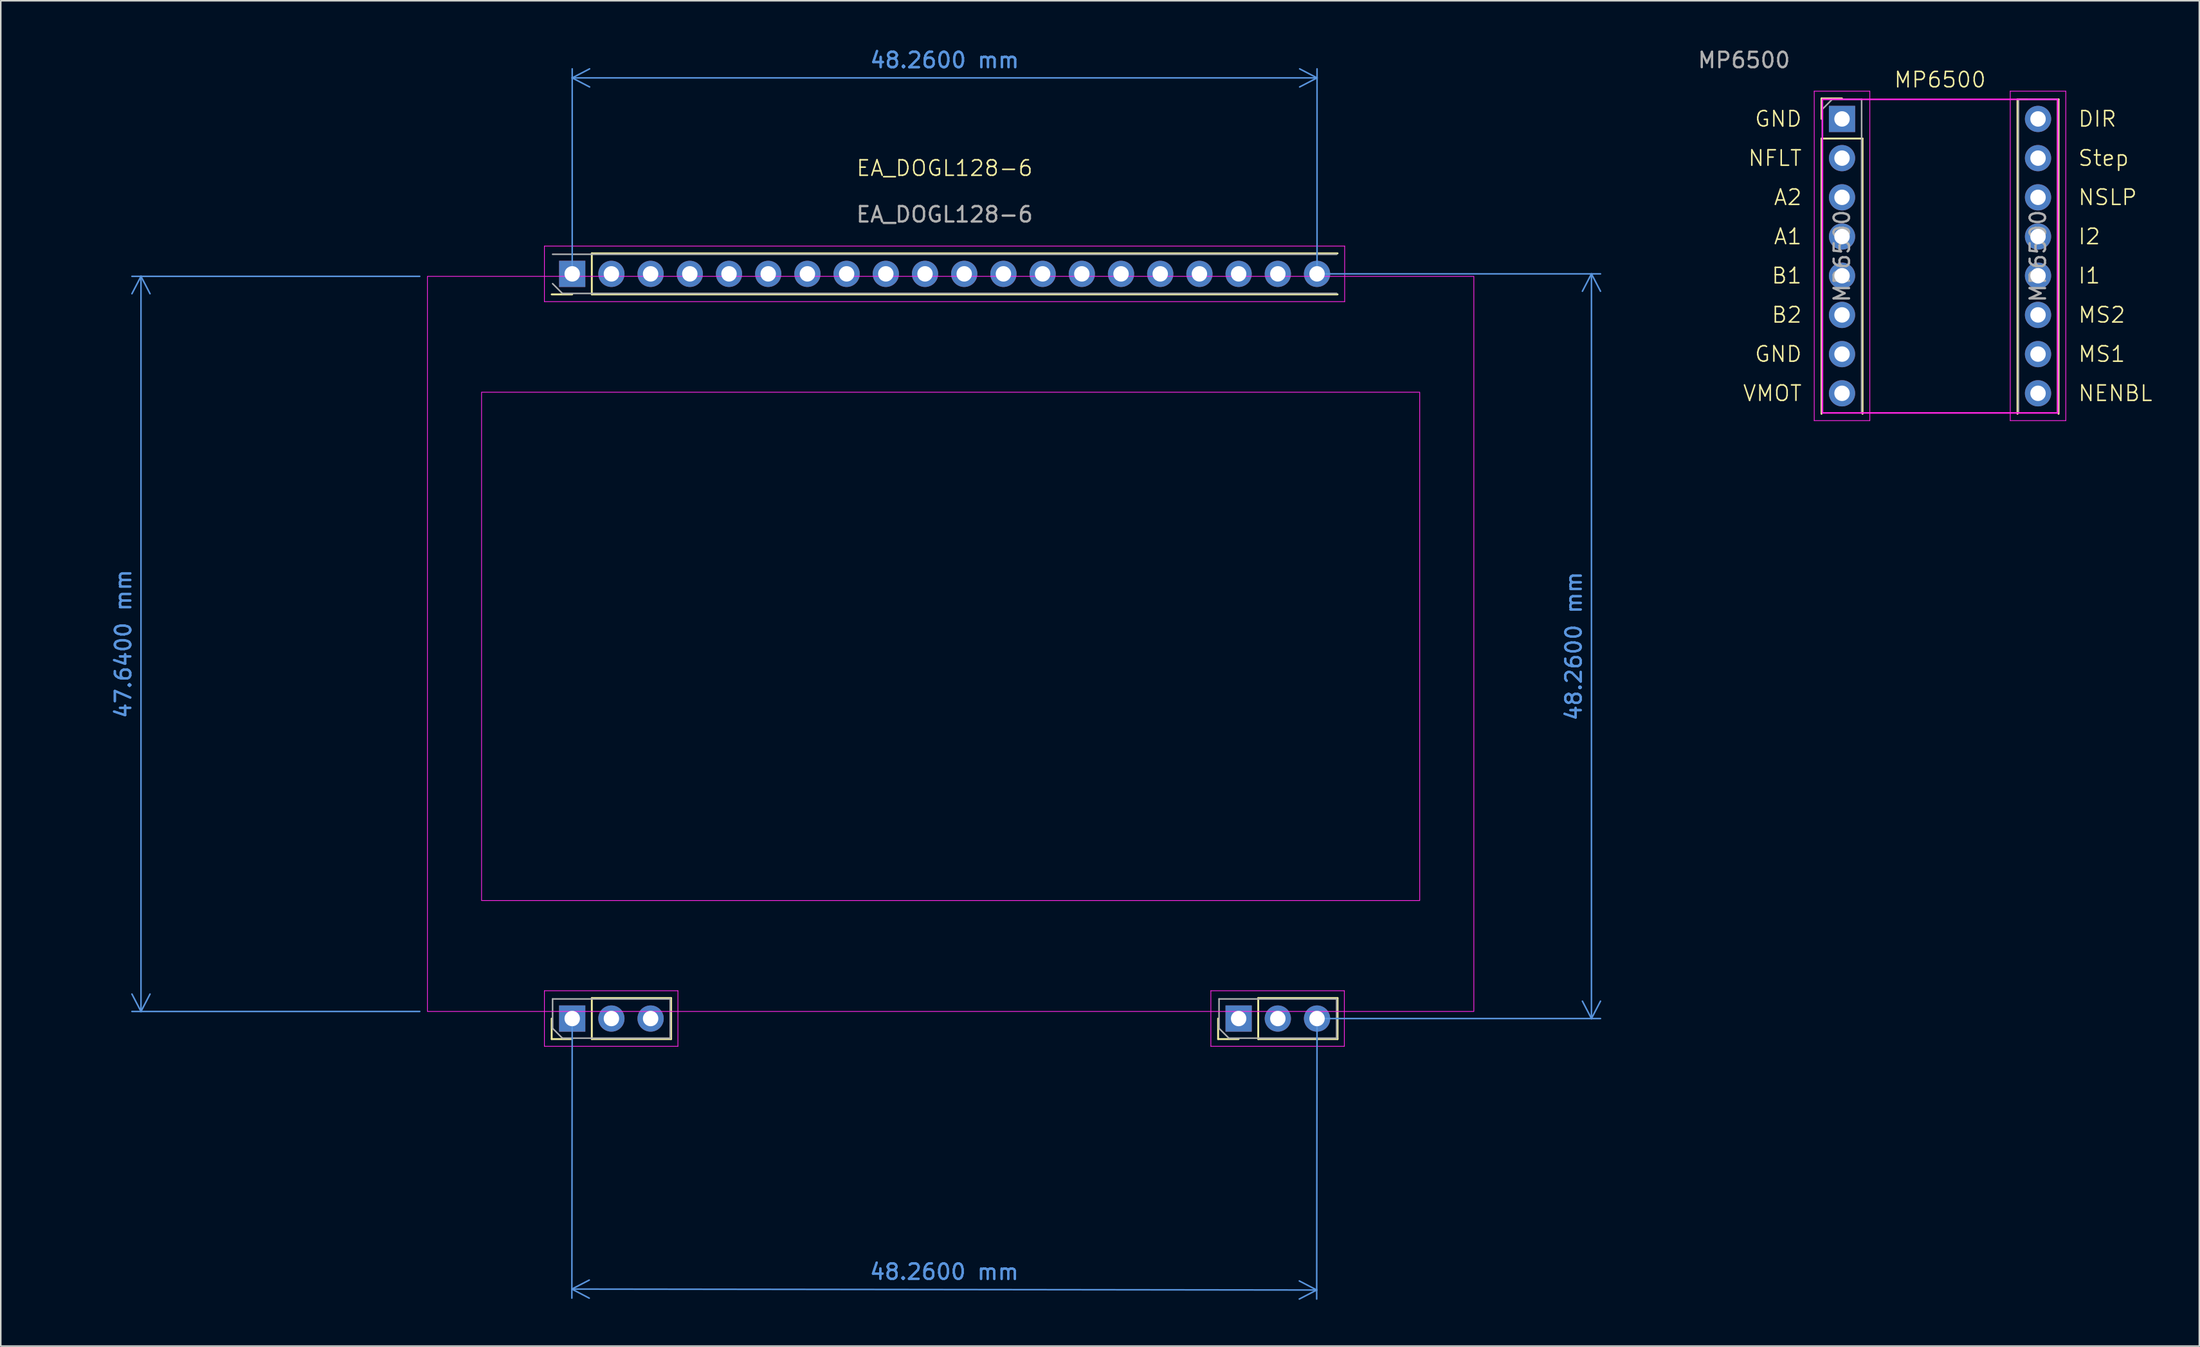
<source format=kicad_pcb>
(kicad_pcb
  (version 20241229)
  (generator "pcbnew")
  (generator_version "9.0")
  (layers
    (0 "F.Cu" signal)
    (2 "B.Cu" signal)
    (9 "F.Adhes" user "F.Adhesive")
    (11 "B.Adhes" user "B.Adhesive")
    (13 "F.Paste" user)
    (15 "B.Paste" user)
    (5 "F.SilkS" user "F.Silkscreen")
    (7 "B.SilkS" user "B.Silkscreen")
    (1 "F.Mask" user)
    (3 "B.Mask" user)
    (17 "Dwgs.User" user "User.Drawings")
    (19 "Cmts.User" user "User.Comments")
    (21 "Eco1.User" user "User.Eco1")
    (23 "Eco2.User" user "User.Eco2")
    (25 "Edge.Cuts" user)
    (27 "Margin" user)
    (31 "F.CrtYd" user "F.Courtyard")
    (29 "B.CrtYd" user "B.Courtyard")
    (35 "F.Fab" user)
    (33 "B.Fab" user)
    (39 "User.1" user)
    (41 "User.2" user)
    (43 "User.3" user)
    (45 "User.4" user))
  (footprint "MP6500"
    (layer "F.Cu")
    (at 115.03 3.388)
    (property "Reference" "MP6500" (at 7.62 -1.27 0) (unlocked yes) (layer "F.SilkS") (effects (font (size 1 1) (thickness 0.1))))
    (attr through_hole)
    (fp_line (start -0.06 -0.06) (end 1.27 -0.06) (stroke (width 0.12) (type solid)) (layer "F.SilkS"))
    (fp_line (start -0.06 1.27) (end -0.06 -0.06) (stroke (width 0.12) (type solid)) (layer "F.SilkS"))
    (fp_line (start -0.06 2.54) (end -0.06 20.38) (stroke (width 0.12) (type solid)) (layer "F.SilkS"))
    (fp_line (start -0.06 2.54) (end 2.6 2.54) (stroke (width 0.12) (type solid)) (layer "F.SilkS"))
    (fp_line (start 2.6 2.54) (end 2.6 20.38) (stroke (width 0.12) (type solid)) (layer "F.SilkS"))
    (fp_line (start 12.64 0) (end 12.64 20.38) (stroke (width 0.12) (type solid)) (layer "F.SilkS"))
    (fp_line (start 12.64 0) (end 15.3 0) (stroke (width 0.12) (type solid)) (layer "F.SilkS"))
    (fp_line (start 15.3 0) (end 15.3 20.38) (stroke (width 0.12) (type solid)) (layer "F.SilkS"))
    (fp_line (start -0.53 -0.53) (end -0.53 20.82) (stroke (width 0.05) (type solid)) (layer "F.CrtYd"))
    (fp_line (start -0.53 20.82) (end 3.07 20.82) (stroke (width 0.05) (type solid)) (layer "F.CrtYd"))
    (fp_line (start 3.07 -0.53) (end -0.53 -0.53) (stroke (width 0.05) (type solid)) (layer "F.CrtYd"))
    (fp_line (start 3.07 20.82) (end 3.07 -0.53) (stroke (width 0.05) (type solid)) (layer "F.CrtYd"))
    (fp_line (start 12.17 -0.53) (end 12.17 20.82) (stroke (width 0.05) (type solid)) (layer "F.CrtYd"))
    (fp_line (start 12.17 20.82) (end 15.77 20.82) (stroke (width 0.05) (type solid)) (layer "F.CrtYd"))
    (fp_line (start 15.77 -0.53) (end 12.17 -0.53) (stroke (width 0.05) (type solid)) (layer "F.CrtYd"))
    (fp_line (start 15.77 20.82) (end 15.77 -0.53) (stroke (width 0.05) (type solid)) (layer "F.CrtYd"))
    (fp_rect (start 0 0) (end 15.24 20.32) (stroke (width 0.1) (type default)) (fill no) (layer "F.CrtYd"))
    (fp_line (start 0 0.635) (end 0.635 0) (stroke (width 0.1) (type solid)) (layer "F.Fab"))
    (fp_line (start 0 20.32) (end 0 0.635) (stroke (width 0.1) (type solid)) (layer "F.Fab"))
    (fp_line (start 0.635 0) (end 2.54 0) (stroke (width 0.1) (type solid)) (layer "F.Fab"))
    (fp_line (start 2.54 0) (end 2.54 20.32) (stroke (width 0.1) (type solid)) (layer "F.Fab"))
    (fp_line (start 12.7 20.32) (end 12.7 0) (stroke (width 0.1) (type solid)) (layer "F.Fab"))
    (fp_line (start 13.335 0) (end 15.24 0) (stroke (width 0.1) (type solid)) (layer "F.Fab"))
    (fp_line (start 15.24 0) (end 15.24 20.32) (stroke (width 0.1) (type solid)) (layer "F.Fab"))
    (fp_text user "GND" (at -1.27 16.51 0) (unlocked yes) (layer "F.SilkS") (effects (font (size 1 1) (thickness 0.1)) (justify right)))
    (fp_text user "B1" (at -1.27 11.43 0) (unlocked yes) (layer "F.SilkS") (effects (font (size 1 1) (thickness 0.1)) (justify right)))
    (fp_text user "I1" (at 16.51 11.43 0) (unlocked yes) (layer "F.SilkS") (effects (font (size 1 1) (thickness 0.1)) (justify left)))
    (fp_text user "VMOT" (at -1.27 19.05 0) (unlocked yes) (layer "F.SilkS") (effects (font (size 1 1) (thickness 0.1)) (justify right)))
    (fp_text user "B2" (at -1.27 13.97 0) (unlocked yes) (layer "F.SilkS") (effects (font (size 1 1) (thickness 0.1)) (justify right)))
    (fp_text user "MS1" (at 16.51 16.51 0) (unlocked yes) (layer "F.SilkS") (effects (font (size 1 1) (thickness 0.1)) (justify left)))
    (fp_text user "Step" (at 16.51 3.81 0) (unlocked yes) (layer "F.SilkS") (effects (font (size 1 1) (thickness 0.1)) (justify left)))
    (fp_text user "GND" (at -1.27 1.27 0) (unlocked yes) (layer "F.SilkS") (effects (font (size 1 1) (thickness 0.1)) (justify right)))
    (fp_text user "NENBL" (at 16.51 19.05 0) (unlocked yes) (layer "F.SilkS") (effects (font (size 1 1) (thickness 0.1)) (justify left)))
    (fp_text user "NSLP" (at 16.51 6.35 0) (unlocked yes) (layer "F.SilkS") (effects (font (size 1 1) (thickness 0.1)) (justify left)))
    (fp_text user "DIR" (at 16.51 1.27 0) (unlocked yes) (layer "F.SilkS") (effects (font (size 1 1) (thickness 0.1)) (justify left)))
    (fp_text user "I2" (at 16.51 8.89 0) (unlocked yes) (layer "F.SilkS") (effects (font (size 1 1) (thickness 0.1)) (justify left)))
    (fp_text user "NFLT" (at -1.27 3.81 0) (unlocked yes) (layer "F.SilkS") (effects (font (size 1 1) (thickness 0.1)) (justify right)))
    (fp_text user "MS2" (at 16.51 13.97 0) (unlocked yes) (layer "F.SilkS") (effects (font (size 1 1) (thickness 0.1)) (justify left)))
    (fp_text user "A2" (at -1.27 6.35 0) (unlocked yes) (layer "F.SilkS") (effects (font (size 1 1) (thickness 0.1)) (justify right)))
    (fp_text user "A1" (at -1.27 8.89 0) (unlocked yes) (layer "F.SilkS") (effects (font (size 1 1) (thickness 0.1)) (justify right)))
    (fp_text user "${REFERENCE}" (at 1.27 10.16 90) (layer "F.Fab") (effects (font (size 1 1) (thickness 0.15))))
    (fp_text user "${REFERENCE}" (at -5.08 -2.54 0) (unlocked yes) (layer "F.Fab") (effects (font (size 1 1) (thickness 0.15))))
    (fp_text user "${REFERENCE}" (at 13.97 10.16 90) (layer "F.Fab") (effects (font (size 1 1) (thickness 0.15))))
    (pad "1" thru_hole rect (at 1.27 1.27) (size 1.7 1.7) (drill 1) (layers "*.Cu" "*.Mask"))
    (pad "2" thru_hole oval (at 1.27 3.81) (size 1.7 1.7) (drill 1) (layers "*.Cu" "*.Mask"))
    (pad "3" thru_hole oval (at 1.27 6.35) (size 1.7 1.7) (drill 1) (layers "*.Cu" "*.Mask"))
    (pad "4" thru_hole oval (at 1.27 8.89) (size 1.7 1.7) (drill 1) (layers "*.Cu" "*.Mask"))
    (pad "5" thru_hole oval (at 1.27 11.43) (size 1.7 1.7) (drill 1) (layers "*.Cu" "*.Mask"))
    (pad "6" thru_hole oval (at 1.27 13.97) (size 1.7 1.7) (drill 1) (layers "*.Cu" "*.Mask"))
    (pad "7" thru_hole oval (at 1.27 16.51) (size 1.7 1.7) (drill 1) (layers "*.Cu" "*.Mask"))
    (pad "8" thru_hole oval (at 1.27 19.05) (size 1.7 1.7) (drill 1) (layers "*.Cu" "*.Mask"))
    (pad "9" thru_hole oval (at 13.97 19.05) (size 1.7 1.7) (drill 1) (layers "*.Cu" "*.Mask"))
    (pad "10" thru_hole oval (at 13.97 16.51) (size 1.7 1.7) (drill 1) (layers "*.Cu" "*.Mask"))
    (pad "11" thru_hole oval (at 13.97 13.97) (size 1.7 1.7) (drill 1) (layers "*.Cu" "*.Mask"))
    (pad "12" thru_hole oval (at 13.97 11.43) (size 1.7 1.7) (drill 1) (layers "*.Cu" "*.Mask"))
    (pad "13" thru_hole oval (at 13.97 8.89) (size 1.7 1.7) (drill 1) (layers "*.Cu" "*.Mask"))
    (pad "14" thru_hole oval (at 13.97 6.35) (size 1.7 1.7) (drill 1) (layers "*.Cu" "*.Mask"))
    (pad "15" thru_hole oval (at 13.97 3.81) (size 1.7 1.7) (drill 1) (layers "*.Cu" "*.Mask"))
    (pad "16" thru_hole oval (at 13.97 1.27) (size 1.7 1.7) (drill 1) (layers "*.Cu" "*.Mask")))
  (footprint "EA_DOGL128-6"
    (layer "F.Cu")
    (at 58.155 8.348)
    (property "Reference" "EA_DOGL128-6" (at 0 -0.5 0) (unlocked yes) (layer "F.SilkS") (effects (font (size 1 1) (thickness 0.1))))
    (attr through_hole)
    (fp_line (start -25.46 55.94) (end -25.46 54.61) (stroke (width 0.12) (type solid)) (layer "F.SilkS"))
    (fp_line (start -24.13 7.68) (end -25.46 7.68) (stroke (width 0.12) (type solid)) (layer "F.SilkS"))
    (fp_line (start -24.13 55.94) (end -25.46 55.94) (stroke (width 0.12) (type solid)) (layer "F.SilkS"))
    (fp_line (start -22.86 5.02) (end 25.46 5.02) (stroke (width 0.12) (type solid)) (layer "F.SilkS"))
    (fp_line (start -22.86 7.68) (end -22.86 5.02) (stroke (width 0.12) (type solid)) (layer "F.SilkS"))
    (fp_line (start -22.86 7.68) (end 25.46 7.68) (stroke (width 0.12) (type solid)) (layer "F.SilkS"))
    (fp_line (start -22.86 53.28) (end -17.72 53.28) (stroke (width 0.12) (type solid)) (layer "F.SilkS"))
    (fp_line (start -22.86 55.94) (end -22.86 53.28) (stroke (width 0.12) (type solid)) (layer "F.SilkS"))
    (fp_line (start -22.86 55.94) (end -17.72 55.94) (stroke (width 0.12) (type solid)) (layer "F.SilkS"))
    (fp_line (start -17.72 55.94) (end -17.72 53.28) (stroke (width 0.12) (type solid)) (layer "F.SilkS"))
    (fp_line (start 17.72 55.94) (end 17.72 54.61) (stroke (width 0.12) (type solid)) (layer "F.SilkS"))
    (fp_line (start 19.05 55.94) (end 17.72 55.94) (stroke (width 0.12) (type solid)) (layer "F.SilkS"))
    (fp_line (start 20.32 53.28) (end 25.46 53.28) (stroke (width 0.12) (type solid)) (layer "F.SilkS"))
    (fp_line (start 20.32 55.94) (end 20.32 53.28) (stroke (width 0.12) (type solid)) (layer "F.SilkS"))
    (fp_line (start 20.32 55.94) (end 25.46 55.94) (stroke (width 0.12) (type solid)) (layer "F.SilkS"))
    (fp_line (start 25.46 55.94) (end 25.46 53.28) (stroke (width 0.12) (type solid)) (layer "F.SilkS"))
    (fp_line (start -25.93 8.15) (end -25.93 4.55) (stroke (width 0.05) (type solid)) (layer "F.CrtYd"))
    (fp_line (start -25.93 8.15) (end 25.92 8.15) (stroke (width 0.05) (type solid)) (layer "F.CrtYd"))
    (fp_line (start -25.93 52.81) (end -25.93 56.41) (stroke (width 0.05) (type solid)) (layer "F.CrtYd"))
    (fp_line (start -25.93 56.41) (end -17.28 56.41) (stroke (width 0.05) (type solid)) (layer "F.CrtYd"))
    (fp_line (start -17.28 52.81) (end -25.93 52.81) (stroke (width 0.05) (type solid)) (layer "F.CrtYd"))
    (fp_line (start -17.28 56.41) (end -17.28 52.81) (stroke (width 0.05) (type solid)) (layer "F.CrtYd"))
    (fp_line (start 17.25 52.81) (end 17.25 56.41) (stroke (width 0.05) (type solid)) (layer "F.CrtYd"))
    (fp_line (start 17.25 56.41) (end 25.9 56.41) (stroke (width 0.05) (type solid)) (layer "F.CrtYd"))
    (fp_line (start 25.9 52.81) (end 17.25 52.81) (stroke (width 0.05) (type solid)) (layer "F.CrtYd"))
    (fp_line (start 25.9 56.41) (end 25.9 52.81) (stroke (width 0.05) (type solid)) (layer "F.CrtYd"))
    (fp_line (start 25.92 4.55) (end -25.93 4.55) (stroke (width 0.05) (type solid)) (layer "F.CrtYd"))
    (fp_line (start 25.92 8.15) (end 25.92 4.55) (stroke (width 0.05) (type solid)) (layer "F.CrtYd"))
    (fp_rect (start -33.51 6.51) (end 34.29 54.15) (stroke (width 0.05) (type default)) (fill no) (layer "F.CrtYd"))
    (fp_rect (start -30.003 14.018) (end 30.782 46.962) (stroke (width 0.05) (type default)) (fill no) (layer "F.CrtYd"))
    (fp_line (start -25.4 5.08) (end 25.4 5.08) (stroke (width 0.1) (type solid)) (layer "F.Fab"))
    (fp_line (start -25.4 53.34) (end -17.78 53.34) (stroke (width 0.1) (type solid)) (layer "F.Fab"))
    (fp_line (start -25.4 55.245) (end -25.4 53.34) (stroke (width 0.1) (type solid)) (layer "F.Fab"))
    (fp_line (start -24.765 7.62) (end -25.4 6.985) (stroke (width 0.1) (type solid)) (layer "F.Fab"))
    (fp_line (start -24.765 55.88) (end -25.4 55.245) (stroke (width 0.1) (type solid)) (layer "F.Fab"))
    (fp_line (start -17.78 53.34) (end -17.78 55.88) (stroke (width 0.1) (type solid)) (layer "F.Fab"))
    (fp_line (start -17.78 55.88) (end -24.765 55.88) (stroke (width 0.1) (type solid)) (layer "F.Fab"))
    (fp_line (start 17.78 53.34) (end 25.4 53.34) (stroke (width 0.1) (type solid)) (layer "F.Fab"))
    (fp_line (start 17.78 55.245) (end 17.78 53.34) (stroke (width 0.1) (type solid)) (layer "F.Fab"))
    (fp_line (start 18.415 55.88) (end 17.78 55.245) (stroke (width 0.1) (type solid)) (layer "F.Fab"))
    (fp_line (start 25.4 7.62) (end -24.765 7.62) (stroke (width 0.1) (type solid)) (layer "F.Fab"))
    (fp_line (start 25.4 53.34) (end 25.4 55.88) (stroke (width 0.1) (type solid)) (layer "F.Fab"))
    (fp_line (start 25.4 55.88) (end 18.415 55.88) (stroke (width 0.1) (type solid)) (layer "F.Fab"))
    (fp_text user "${REFERENCE}" (at 0 2.5 0) (unlocked yes) (layer "F.Fab") (effects (font (size 1 1) (thickness 0.15))))
    (dimension (type aligned) (layer "Cmts.User") (pts (xy 34.025 62.898) (xy 82.285 62.958)) (height 17.592) (format (prefix "") (suffix "") (units 3) (units_format 1) (precision 4)) (style (thickness 0.1) (arrow_length 1.27) (text_position_mode 0) (arrow_direction outward) (extension_height 0.586) (extension_offset 0.5) (keep_text_aligned yes)) (gr_text "48.2600 mm" (at 58.134 79.37 359.929) (layer "Cmts.User") (effects (font (size 1 1) (thickness 0.15)))))
    (dimension (type aligned) (layer "Cmts.User") (pts (xy 82.285 14.698) (xy 82.285 62.958)) (height -17.78) (format (prefix "") (suffix "") (units 3) (units_format 1) (precision 4)) (style (thickness 0.1) (arrow_length 1.27) (text_position_mode 0) (arrow_direction outward) (extension_height 0.586) (extension_offset 0.5) (keep_text_aligned yes)) (gr_text "48.2600 mm" (at 98.915 38.828 90) (layer "Cmts.User") (effects (font (size 1 1) (thickness 0.15)))))
    (dimension (type aligned) (layer "Cmts.User") (pts (xy 24.645 14.858) (xy 24.645 62.498)) (height 18.56) (format (prefix "") (suffix "") (units 3) (units_format 1) (precision 4)) (style (thickness 0.1) (arrow_length 1.27) (text_position_mode 0) (arrow_direction outward) (extension_height 0.586) (extension_offset 0.5) (keep_text_aligned yes)) (gr_text "47.6400 mm" (at 4.935 38.678 90) (layer "Cmts.User") (effects (font (size 1 1) (thickness 0.15)))))
    (dimension (type aligned) (layer "Cmts.User") (pts (xy 34.025 14.698) (xy 82.285 14.698)) (height -12.7) (format (prefix "") (suffix "") (units 3) (units_format 1) (precision 4)) (style (thickness 0.1) (arrow_length 1.27) (text_position_mode 0) (arrow_direction outward) (extension_height 0.586) (extension_offset 0.5) (keep_text_aligned yes)) (gr_text "48.2600 mm" (at 58.155 0.848 0) (layer "Cmts.User") (effects (font (size 1 1) (thickness 0.15)))))
    (pad "1" thru_hole rect (at -24.13 54.61 90) (size 1.7 1.7) (drill 1) (layers "*.Cu" "*.Mask"))
    (pad "2" thru_hole oval (at -21.59 54.61 90) (size 1.7 1.7) (drill 1) (layers "*.Cu" "*.Mask"))
    (pad "3" thru_hole oval (at -19.05 54.61 90) (size 1.7 1.7) (drill 1) (layers "*.Cu" "*.Mask"))
    (pad "18" thru_hole rect (at 19.05 54.61 90) (size 1.7 1.7) (drill 1) (layers "*.Cu" "*.Mask"))
    (pad "19" thru_hole oval (at 21.59 54.61 90) (size 1.7 1.7) (drill 1) (layers "*.Cu" "*.Mask"))
    (pad "20" thru_hole oval (at 24.13 54.61 90) (size 1.7 1.7) (drill 1) (layers "*.Cu" "*.Mask"))
    (pad "21" thru_hole oval (at 24.13 6.35 90) (size 1.7 1.7) (drill 1) (layers "*.Cu" "*.Mask"))
    (pad "22" thru_hole oval (at 21.59 6.35 90) (size 1.7 1.7) (drill 1) (layers "*.Cu" "*.Mask"))
    (pad "23" thru_hole oval (at 19.05 6.35 90) (size 1.7 1.7) (drill 1) (layers "*.Cu" "*.Mask"))
    (pad "24" thru_hole oval (at 16.51 6.35 90) (size 1.7 1.7) (drill 1) (layers "*.Cu" "*.Mask"))
    (pad "25" thru_hole oval (at 13.97 6.35 90) (size 1.7 1.7) (drill 1) (layers "*.Cu" "*.Mask"))
    (pad "26" thru_hole oval (at 11.43 6.35 90) (size 1.7 1.7) (drill 1) (layers "*.Cu" "*.Mask"))
    (pad "27" thru_hole oval (at 8.89 6.35 90) (size 1.7 1.7) (drill 1) (layers "*.Cu" "*.Mask"))
    (pad "28" thru_hole oval (at 6.35 6.35 90) (size 1.7 1.7) (drill 1) (layers "*.Cu" "*.Mask"))
    (pad "29" thru_hole oval (at 3.81 6.35 90) (size 1.7 1.7) (drill 1) (layers "*.Cu" "*.Mask"))
    (pad "30" thru_hole oval (at 1.27 6.35 90) (size 1.7 1.7) (drill 1) (layers "*.Cu" "*.Mask"))
    (pad "31" thru_hole oval (at -1.27 6.35 90) (size 1.7 1.7) (drill 1) (layers "*.Cu" "*.Mask"))
    (pad "32" thru_hole oval (at -3.81 6.35 90) (size 1.7 1.7) (drill 1) (layers "*.Cu" "*.Mask"))
    (pad "33" thru_hole oval (at -6.35 6.35 90) (size 1.7 1.7) (drill 1) (layers "*.Cu" "*.Mask"))
    (pad "34" thru_hole oval (at -8.89 6.35 90) (size 1.7 1.7) (drill 1) (layers "*.Cu" "*.Mask"))
    (pad "35" thru_hole oval (at -11.43 6.35 90) (size 1.7 1.7) (drill 1) (layers "*.Cu" "*.Mask"))
    (pad "36" thru_hole oval (at -13.97 6.35 90) (size 1.7 1.7) (drill 1) (layers "*.Cu" "*.Mask"))
    (pad "37" thru_hole oval (at -16.51 6.35 90) (size 1.7 1.7) (drill 1) (layers "*.Cu" "*.Mask"))
    (pad "38" thru_hole oval (at -19.05 6.35 90) (size 1.7 1.7) (drill 1) (layers "*.Cu" "*.Mask"))
    (pad "39" thru_hole oval (at -21.59 6.35 90) (size 1.7 1.7) (drill 1) (layers "*.Cu" "*.Mask"))
    (pad "40" thru_hole rect (at -24.13 6.35 90) (size 1.7 1.7) (drill 1) (layers "*.Cu" "*.Mask")))
  (gr_rect
    (start -3 -3)
    (end 139.45 84.186)
    (stroke (width 0.1) (type default))
    (fill no)
    (layer "Edge.Cuts")))
</source>
